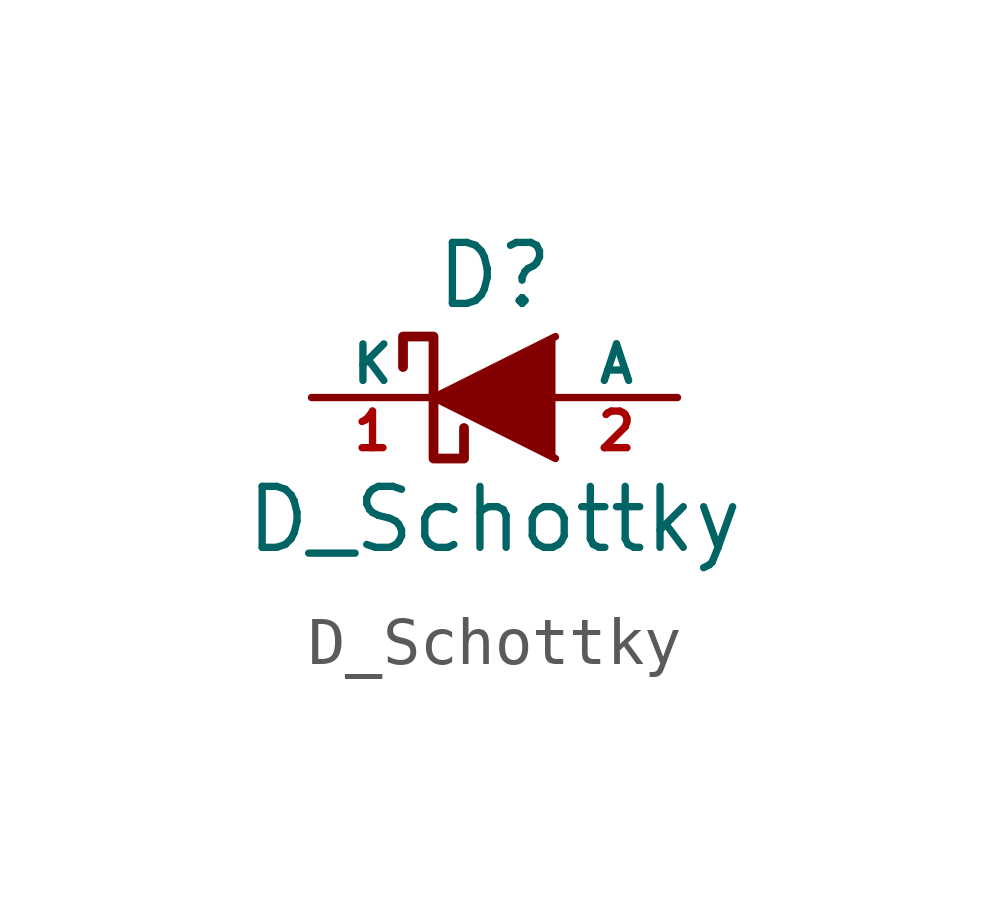
<source format=kicad_sym>
(kicad_symbol_lib
  (version 20241209)
  (generator "kicad_symbol_editor")
  (generator_version "9.0")
  (symbol "D_Schottky"
    (pin_names
      (offset 0))
    (property "Reference" "D"
      (at 0 2.54 0)
      (effects (font (size 1.27 1.27))))
    (property "Value" "D_Schottky"
      (at 0 -2.54 0)
      (effects (font (size 1.27 1.27))))
    (property "Footprint" ""
      (at -2.54 0 0)
      (effects (font (size 0.254 0.254))))
    (property "Datasheet" ""
      (at 0 0 0)
      (effects (font (size 1.524 1.524))))
    (symbol "D_Schottky_0_1"
      (polyline (pts (xy -1.905 0.635) (xy -1.905 1.27) (xy -1.27 1.27) (xy -1.27 -1.27) (xy -0.635 -1.27) (xy -0.635 -0.635)) (stroke (width 0.203) (type default)) (fill (type none)))
      (polyline (pts (xy 1.27 1.27) (xy -1.27 0) (xy 1.27 -1.27)) (stroke (width 0) (type default)) (fill (type outline))))
    (symbol "D_Schottky_1_1"
      (pin passive line (at -3.81 0 0) (length 2.54) (name "K" (effects (font (size 0.762 0.762)))) (number "1" (effects (font (size 0.762 0.762)))))
      (pin passive line (at 3.81 0 180) (length 2.54) (name "A" (effects (font (size 0.762 0.762)))) (number "2" (effects (font (size 0.762 0.762))))))))
</source>
